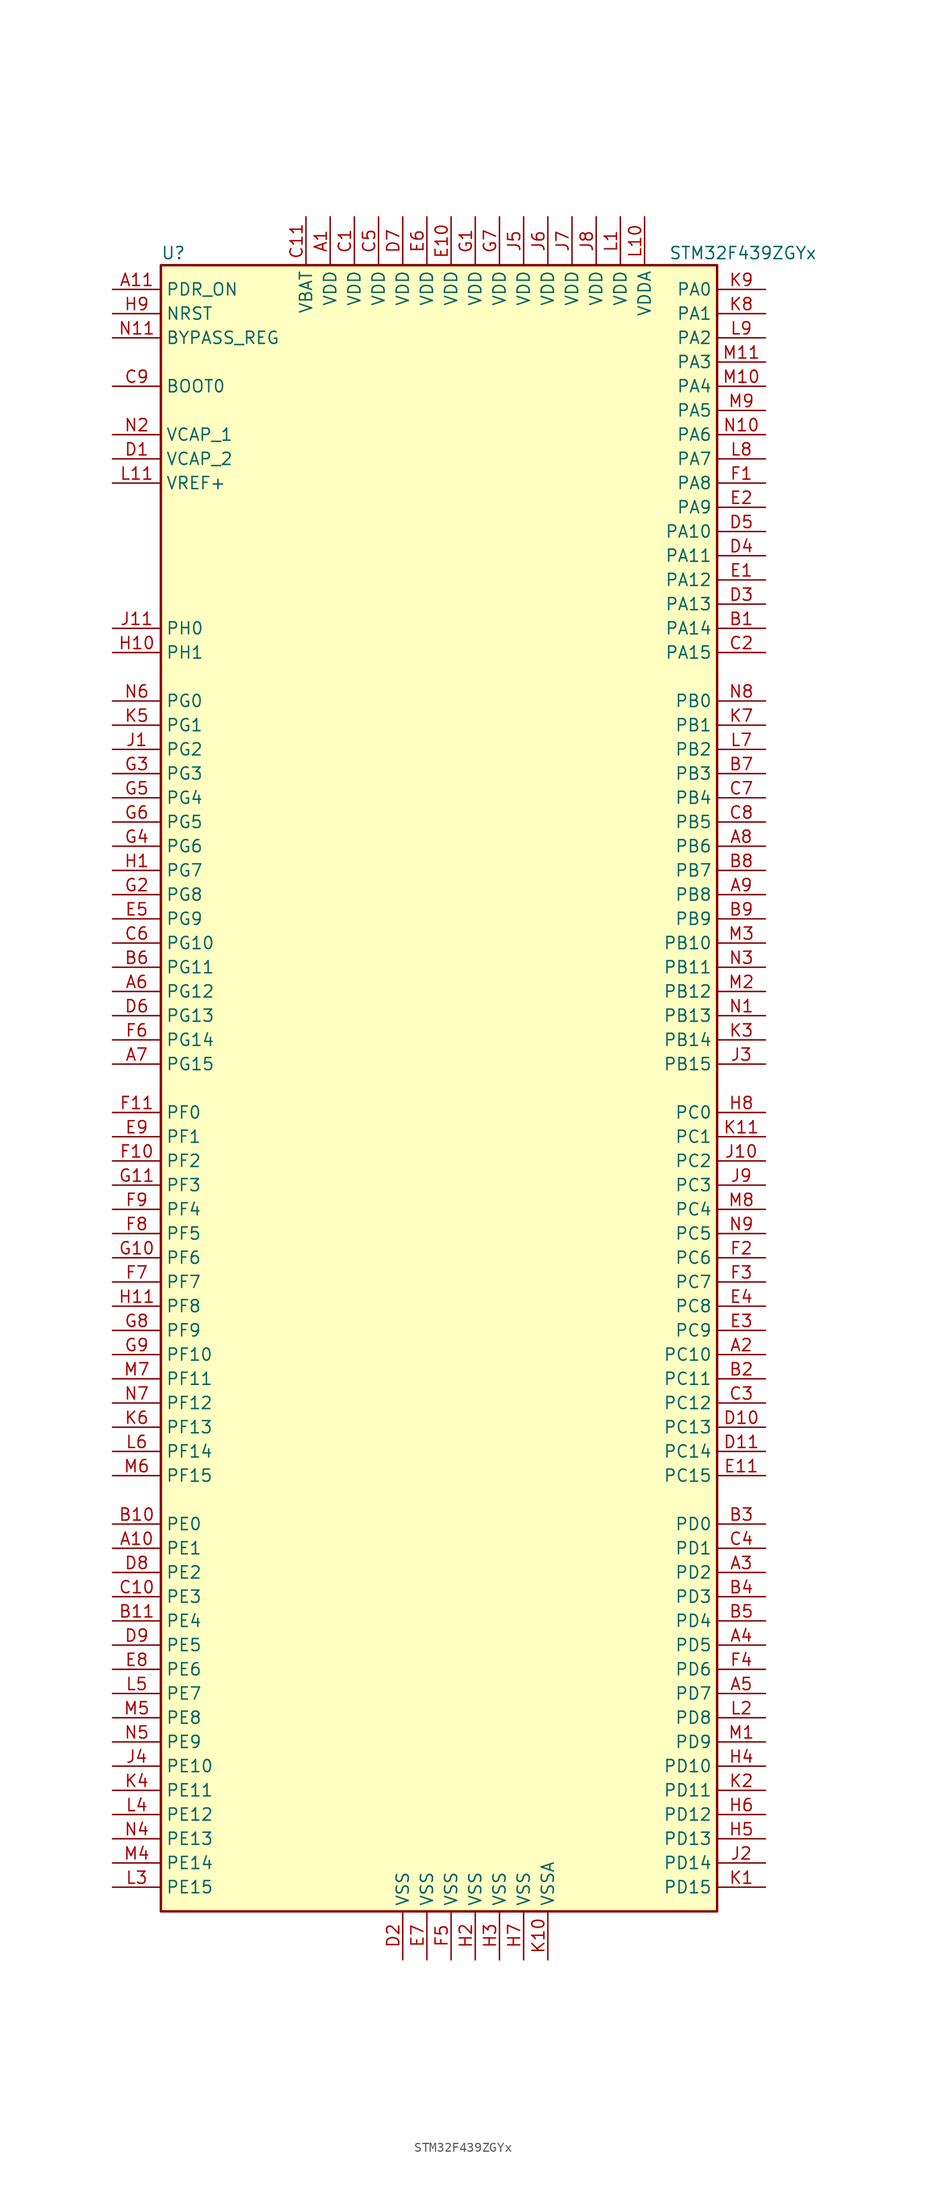
<source format=kicad_sym>
(kicad_symbol_lib
  (version 20211014)
  (generator kicad_symbol_editor)
  (symbol "STM32F439ZGYx"
    (property "Reference" "U"
      (at -30.48 87.63 0)
      (effects (font (size 1.27 1.27)) (justify left)))
    (property "Value" "STM32F439ZGYx"
      (at 22.86 87.63 0)
      (effects (font (size 1.27 1.27)) (justify left)))
    (symbol "STM32F439ZGYx_0_1"
      (rectangle (start -30.48 -86.36) (end 27.94 86.36) (stroke (width 0.254) (type default) (color 0 0 0 0)) (fill (type background))))
    (symbol "STM32F439ZGYx_1_1"
      (pin power_in line (at -12.7 91.44 270) (length 5.08) (name "VDD" (effects (font (size 1.27 1.27)))) (number "A1" (effects (font (size 1.27 1.27)))))
      (pin bidirectional line (at -35.56 -48.26 0) (length 5.08) (name "PE1" (effects (font (size 1.27 1.27)))) (number "A10" (effects (font (size 1.27 1.27)))))
      (pin input line (at -35.56 83.82 0) (length 5.08) (name "PDR_ON" (effects (font (size 1.27 1.27)))) (number "A11" (effects (font (size 1.27 1.27)))))
      (pin bidirectional line (at 33.02 -27.94 180) (length 5.08) (name "PC10" (effects (font (size 1.27 1.27)))) (number "A2" (effects (font (size 1.27 1.27)))))
      (pin bidirectional line (at 33.02 -50.8 180) (length 5.08) (name "PD2" (effects (font (size 1.27 1.27)))) (number "A3" (effects (font (size 1.27 1.27)))))
      (pin bidirectional line (at 33.02 -58.42 180) (length 5.08) (name "PD5" (effects (font (size 1.27 1.27)))) (number "A4" (effects (font (size 1.27 1.27)))))
      (pin bidirectional line (at 33.02 -63.5 180) (length 5.08) (name "PD7" (effects (font (size 1.27 1.27)))) (number "A5" (effects (font (size 1.27 1.27)))))
      (pin bidirectional line (at -35.56 10.16 0) (length 5.08) (name "PG12" (effects (font (size 1.27 1.27)))) (number "A6" (effects (font (size 1.27 1.27)))))
      (pin bidirectional line (at -35.56 2.54 0) (length 5.08) (name "PG15" (effects (font (size 1.27 1.27)))) (number "A7" (effects (font (size 1.27 1.27)))))
      (pin bidirectional line (at 33.02 25.4 180) (length 5.08) (name "PB6" (effects (font (size 1.27 1.27)))) (number "A8" (effects (font (size 1.27 1.27)))))
      (pin bidirectional line (at 33.02 20.32 180) (length 5.08) (name "PB8" (effects (font (size 1.27 1.27)))) (number "A9" (effects (font (size 1.27 1.27)))))
      (pin bidirectional line (at 33.02 48.26 180) (length 5.08) (name "PA14" (effects (font (size 1.27 1.27)))) (number "B1" (effects (font (size 1.27 1.27)))))
      (pin bidirectional line (at -35.56 -45.72 0) (length 5.08) (name "PE0" (effects (font (size 1.27 1.27)))) (number "B10" (effects (font (size 1.27 1.27)))))
      (pin bidirectional line (at -35.56 -55.88 0) (length 5.08) (name "PE4" (effects (font (size 1.27 1.27)))) (number "B11" (effects (font (size 1.27 1.27)))))
      (pin bidirectional line (at 33.02 -30.48 180) (length 5.08) (name "PC11" (effects (font (size 1.27 1.27)))) (number "B2" (effects (font (size 1.27 1.27)))))
      (pin bidirectional line (at 33.02 -45.72 180) (length 5.08) (name "PD0" (effects (font (size 1.27 1.27)))) (number "B3" (effects (font (size 1.27 1.27)))))
      (pin bidirectional line (at 33.02 -53.34 180) (length 5.08) (name "PD3" (effects (font (size 1.27 1.27)))) (number "B4" (effects (font (size 1.27 1.27)))))
      (pin bidirectional line (at 33.02 -55.88 180) (length 5.08) (name "PD4" (effects (font (size 1.27 1.27)))) (number "B5" (effects (font (size 1.27 1.27)))))
      (pin bidirectional line (at -35.56 12.7 0) (length 5.08) (name "PG11" (effects (font (size 1.27 1.27)))) (number "B6" (effects (font (size 1.27 1.27)))))
      (pin bidirectional line (at 33.02 33.02 180) (length 5.08) (name "PB3" (effects (font (size 1.27 1.27)))) (number "B7" (effects (font (size 1.27 1.27)))))
      (pin bidirectional line (at 33.02 22.86 180) (length 5.08) (name "PB7" (effects (font (size 1.27 1.27)))) (number "B8" (effects (font (size 1.27 1.27)))))
      (pin bidirectional line (at 33.02 17.78 180) (length 5.08) (name "PB9" (effects (font (size 1.27 1.27)))) (number "B9" (effects (font (size 1.27 1.27)))))
      (pin power_in line (at -10.16 91.44 270) (length 5.08) (name "VDD" (effects (font (size 1.27 1.27)))) (number "C1" (effects (font (size 1.27 1.27)))))
      (pin bidirectional line (at -35.56 -53.34 0) (length 5.08) (name "PE3" (effects (font (size 1.27 1.27)))) (number "C10" (effects (font (size 1.27 1.27)))))
      (pin power_in line (at -15.24 91.44 270) (length 5.08) (name "VBAT" (effects (font (size 1.27 1.27)))) (number "C11" (effects (font (size 1.27 1.27)))))
      (pin bidirectional line (at 33.02 45.72 180) (length 5.08) (name "PA15" (effects (font (size 1.27 1.27)))) (number "C2" (effects (font (size 1.27 1.27)))))
      (pin bidirectional line (at 33.02 -33.02 180) (length 5.08) (name "PC12" (effects (font (size 1.27 1.27)))) (number "C3" (effects (font (size 1.27 1.27)))))
      (pin bidirectional line (at 33.02 -48.26 180) (length 5.08) (name "PD1" (effects (font (size 1.27 1.27)))) (number "C4" (effects (font (size 1.27 1.27)))))
      (pin power_in line (at -7.62 91.44 270) (length 5.08) (name "VDD" (effects (font (size 1.27 1.27)))) (number "C5" (effects (font (size 1.27 1.27)))))
      (pin bidirectional line (at -35.56 15.24 0) (length 5.08) (name "PG10" (effects (font (size 1.27 1.27)))) (number "C6" (effects (font (size 1.27 1.27)))))
      (pin bidirectional line (at 33.02 30.48 180) (length 5.08) (name "PB4" (effects (font (size 1.27 1.27)))) (number "C7" (effects (font (size 1.27 1.27)))))
      (pin bidirectional line (at 33.02 27.94 180) (length 5.08) (name "PB5" (effects (font (size 1.27 1.27)))) (number "C8" (effects (font (size 1.27 1.27)))))
      (pin input line (at -35.56 73.66 0) (length 5.08) (name "BOOT0" (effects (font (size 1.27 1.27)))) (number "C9" (effects (font (size 1.27 1.27)))))
      (pin power_in line (at -35.56 66.04 0) (length 5.08) (name "VCAP_2" (effects (font (size 1.27 1.27)))) (number "D1" (effects (font (size 1.27 1.27)))))
      (pin bidirectional line (at 33.02 -35.56 180) (length 5.08) (name "PC13" (effects (font (size 1.27 1.27)))) (number "D10" (effects (font (size 1.27 1.27)))))
      (pin bidirectional line (at 33.02 -38.1 180) (length 5.08) (name "PC14" (effects (font (size 1.27 1.27)))) (number "D11" (effects (font (size 1.27 1.27)))))
      (pin power_in line (at -5.08 -91.44 90) (length 5.08) (name "VSS" (effects (font (size 1.27 1.27)))) (number "D2" (effects (font (size 1.27 1.27)))))
      (pin bidirectional line (at 33.02 50.8 180) (length 5.08) (name "PA13" (effects (font (size 1.27 1.27)))) (number "D3" (effects (font (size 1.27 1.27)))))
      (pin bidirectional line (at 33.02 55.88 180) (length 5.08) (name "PA11" (effects (font (size 1.27 1.27)))) (number "D4" (effects (font (size 1.27 1.27)))))
      (pin bidirectional line (at 33.02 58.42 180) (length 5.08) (name "PA10" (effects (font (size 1.27 1.27)))) (number "D5" (effects (font (size 1.27 1.27)))))
      (pin bidirectional line (at -35.56 7.62 0) (length 5.08) (name "PG13" (effects (font (size 1.27 1.27)))) (number "D6" (effects (font (size 1.27 1.27)))))
      (pin power_in line (at -5.08 91.44 270) (length 5.08) (name "VDD" (effects (font (size 1.27 1.27)))) (number "D7" (effects (font (size 1.27 1.27)))))
      (pin bidirectional line (at -35.56 -50.8 0) (length 5.08) (name "PE2" (effects (font (size 1.27 1.27)))) (number "D8" (effects (font (size 1.27 1.27)))))
      (pin bidirectional line (at -35.56 -58.42 0) (length 5.08) (name "PE5" (effects (font (size 1.27 1.27)))) (number "D9" (effects (font (size 1.27 1.27)))))
      (pin bidirectional line (at 33.02 53.34 180) (length 5.08) (name "PA12" (effects (font (size 1.27 1.27)))) (number "E1" (effects (font (size 1.27 1.27)))))
      (pin power_in line (at 0 91.44 270) (length 5.08) (name "VDD" (effects (font (size 1.27 1.27)))) (number "E10" (effects (font (size 1.27 1.27)))))
      (pin bidirectional line (at 33.02 -40.64 180) (length 5.08) (name "PC15" (effects (font (size 1.27 1.27)))) (number "E11" (effects (font (size 1.27 1.27)))))
      (pin bidirectional line (at 33.02 60.96 180) (length 5.08) (name "PA9" (effects (font (size 1.27 1.27)))) (number "E2" (effects (font (size 1.27 1.27)))))
      (pin bidirectional line (at 33.02 -25.4 180) (length 5.08) (name "PC9" (effects (font (size 1.27 1.27)))) (number "E3" (effects (font (size 1.27 1.27)))))
      (pin bidirectional line (at 33.02 -22.86 180) (length 5.08) (name "PC8" (effects (font (size 1.27 1.27)))) (number "E4" (effects (font (size 1.27 1.27)))))
      (pin bidirectional line (at -35.56 17.78 0) (length 5.08) (name "PG9" (effects (font (size 1.27 1.27)))) (number "E5" (effects (font (size 1.27 1.27)))))
      (pin power_in line (at -2.54 91.44 270) (length 5.08) (name "VDD" (effects (font (size 1.27 1.27)))) (number "E6" (effects (font (size 1.27 1.27)))))
      (pin power_in line (at -2.54 -91.44 90) (length 5.08) (name "VSS" (effects (font (size 1.27 1.27)))) (number "E7" (effects (font (size 1.27 1.27)))))
      (pin bidirectional line (at -35.56 -60.96 0) (length 5.08) (name "PE6" (effects (font (size 1.27 1.27)))) (number "E8" (effects (font (size 1.27 1.27)))))
      (pin bidirectional line (at -35.56 -5.08 0) (length 5.08) (name "PF1" (effects (font (size 1.27 1.27)))) (number "E9" (effects (font (size 1.27 1.27)))))
      (pin bidirectional line (at 33.02 63.5 180) (length 5.08) (name "PA8" (effects (font (size 1.27 1.27)))) (number "F1" (effects (font (size 1.27 1.27)))))
      (pin bidirectional line (at -35.56 -7.62 0) (length 5.08) (name "PF2" (effects (font (size 1.27 1.27)))) (number "F10" (effects (font (size 1.27 1.27)))))
      (pin bidirectional line (at -35.56 -2.54 0) (length 5.08) (name "PF0" (effects (font (size 1.27 1.27)))) (number "F11" (effects (font (size 1.27 1.27)))))
      (pin bidirectional line (at 33.02 -17.78 180) (length 5.08) (name "PC6" (effects (font (size 1.27 1.27)))) (number "F2" (effects (font (size 1.27 1.27)))))
      (pin bidirectional line (at 33.02 -20.32 180) (length 5.08) (name "PC7" (effects (font (size 1.27 1.27)))) (number "F3" (effects (font (size 1.27 1.27)))))
      (pin bidirectional line (at 33.02 -60.96 180) (length 5.08) (name "PD6" (effects (font (size 1.27 1.27)))) (number "F4" (effects (font (size 1.27 1.27)))))
      (pin power_in line (at 0 -91.44 90) (length 5.08) (name "VSS" (effects (font (size 1.27 1.27)))) (number "F5" (effects (font (size 1.27 1.27)))))
      (pin bidirectional line (at -35.56 5.08 0) (length 5.08) (name "PG14" (effects (font (size 1.27 1.27)))) (number "F6" (effects (font (size 1.27 1.27)))))
      (pin bidirectional line (at -35.56 -20.32 0) (length 5.08) (name "PF7" (effects (font (size 1.27 1.27)))) (number "F7" (effects (font (size 1.27 1.27)))))
      (pin bidirectional line (at -35.56 -15.24 0) (length 5.08) (name "PF5" (effects (font (size 1.27 1.27)))) (number "F8" (effects (font (size 1.27 1.27)))))
      (pin bidirectional line (at -35.56 -12.7 0) (length 5.08) (name "PF4" (effects (font (size 1.27 1.27)))) (number "F9" (effects (font (size 1.27 1.27)))))
      (pin power_in line (at 2.54 91.44 270) (length 5.08) (name "VDD" (effects (font (size 1.27 1.27)))) (number "G1" (effects (font (size 1.27 1.27)))))
      (pin bidirectional line (at -35.56 -17.78 0) (length 5.08) (name "PF6" (effects (font (size 1.27 1.27)))) (number "G10" (effects (font (size 1.27 1.27)))))
      (pin bidirectional line (at -35.56 -10.16 0) (length 5.08) (name "PF3" (effects (font (size 1.27 1.27)))) (number "G11" (effects (font (size 1.27 1.27)))))
      (pin bidirectional line (at -35.56 20.32 0) (length 5.08) (name "PG8" (effects (font (size 1.27 1.27)))) (number "G2" (effects (font (size 1.27 1.27)))))
      (pin bidirectional line (at -35.56 33.02 0) (length 5.08) (name "PG3" (effects (font (size 1.27 1.27)))) (number "G3" (effects (font (size 1.27 1.27)))))
      (pin bidirectional line (at -35.56 25.4 0) (length 5.08) (name "PG6" (effects (font (size 1.27 1.27)))) (number "G4" (effects (font (size 1.27 1.27)))))
      (pin bidirectional line (at -35.56 30.48 0) (length 5.08) (name "PG4" (effects (font (size 1.27 1.27)))) (number "G5" (effects (font (size 1.27 1.27)))))
      (pin bidirectional line (at -35.56 27.94 0) (length 5.08) (name "PG5" (effects (font (size 1.27 1.27)))) (number "G6" (effects (font (size 1.27 1.27)))))
      (pin power_in line (at 5.08 91.44 270) (length 5.08) (name "VDD" (effects (font (size 1.27 1.27)))) (number "G7" (effects (font (size 1.27 1.27)))))
      (pin bidirectional line (at -35.56 -25.4 0) (length 5.08) (name "PF9" (effects (font (size 1.27 1.27)))) (number "G8" (effects (font (size 1.27 1.27)))))
      (pin bidirectional line (at -35.56 -27.94 0) (length 5.08) (name "PF10" (effects (font (size 1.27 1.27)))) (number "G9" (effects (font (size 1.27 1.27)))))
      (pin bidirectional line (at -35.56 22.86 0) (length 5.08) (name "PG7" (effects (font (size 1.27 1.27)))) (number "H1" (effects (font (size 1.27 1.27)))))
      (pin input line (at -35.56 45.72 0) (length 5.08) (name "PH1" (effects (font (size 1.27 1.27)))) (number "H10" (effects (font (size 1.27 1.27)))))
      (pin bidirectional line (at -35.56 -22.86 0) (length 5.08) (name "PF8" (effects (font (size 1.27 1.27)))) (number "H11" (effects (font (size 1.27 1.27)))))
      (pin power_in line (at 2.54 -91.44 90) (length 5.08) (name "VSS" (effects (font (size 1.27 1.27)))) (number "H2" (effects (font (size 1.27 1.27)))))
      (pin power_in line (at 5.08 -91.44 90) (length 5.08) (name "VSS" (effects (font (size 1.27 1.27)))) (number "H3" (effects (font (size 1.27 1.27)))))
      (pin bidirectional line (at 33.02 -71.12 180) (length 5.08) (name "PD10" (effects (font (size 1.27 1.27)))) (number "H4" (effects (font (size 1.27 1.27)))))
      (pin bidirectional line (at 33.02 -78.74 180) (length 5.08) (name "PD13" (effects (font (size 1.27 1.27)))) (number "H5" (effects (font (size 1.27 1.27)))))
      (pin bidirectional line (at 33.02 -76.2 180) (length 5.08) (name "PD12" (effects (font (size 1.27 1.27)))) (number "H6" (effects (font (size 1.27 1.27)))))
      (pin power_in line (at 7.62 -91.44 90) (length 5.08) (name "VSS" (effects (font (size 1.27 1.27)))) (number "H7" (effects (font (size 1.27 1.27)))))
      (pin bidirectional line (at 33.02 -2.54 180) (length 5.08) (name "PC0" (effects (font (size 1.27 1.27)))) (number "H8" (effects (font (size 1.27 1.27)))))
      (pin input line (at -35.56 81.28 0) (length 5.08) (name "NRST" (effects (font (size 1.27 1.27)))) (number "H9" (effects (font (size 1.27 1.27)))))
      (pin bidirectional line (at -35.56 35.56 0) (length 5.08) (name "PG2" (effects (font (size 1.27 1.27)))) (number "J1" (effects (font (size 1.27 1.27)))))
      (pin bidirectional line (at 33.02 -7.62 180) (length 5.08) (name "PC2" (effects (font (size 1.27 1.27)))) (number "J10" (effects (font (size 1.27 1.27)))))
      (pin input line (at -35.56 48.26 0) (length 5.08) (name "PH0" (effects (font (size 1.27 1.27)))) (number "J11" (effects (font (size 1.27 1.27)))))
      (pin bidirectional line (at 33.02 -81.28 180) (length 5.08) (name "PD14" (effects (font (size 1.27 1.27)))) (number "J2" (effects (font (size 1.27 1.27)))))
      (pin bidirectional line (at 33.02 2.54 180) (length 5.08) (name "PB15" (effects (font (size 1.27 1.27)))) (number "J3" (effects (font (size 1.27 1.27)))))
      (pin bidirectional line (at -35.56 -71.12 0) (length 5.08) (name "PE10" (effects (font (size 1.27 1.27)))) (number "J4" (effects (font (size 1.27 1.27)))))
      (pin power_in line (at 7.62 91.44 270) (length 5.08) (name "VDD" (effects (font (size 1.27 1.27)))) (number "J5" (effects (font (size 1.27 1.27)))))
      (pin power_in line (at 10.16 91.44 270) (length 5.08) (name "VDD" (effects (font (size 1.27 1.27)))) (number "J6" (effects (font (size 1.27 1.27)))))
      (pin power_in line (at 12.7 91.44 270) (length 5.08) (name "VDD" (effects (font (size 1.27 1.27)))) (number "J7" (effects (font (size 1.27 1.27)))))
      (pin power_in line (at 15.24 91.44 270) (length 5.08) (name "VDD" (effects (font (size 1.27 1.27)))) (number "J8" (effects (font (size 1.27 1.27)))))
      (pin bidirectional line (at 33.02 -10.16 180) (length 5.08) (name "PC3" (effects (font (size 1.27 1.27)))) (number "J9" (effects (font (size 1.27 1.27)))))
      (pin bidirectional line (at 33.02 -83.82 180) (length 5.08) (name "PD15" (effects (font (size 1.27 1.27)))) (number "K1" (effects (font (size 1.27 1.27)))))
      (pin power_in line (at 10.16 -91.44 90) (length 5.08) (name "VSSA" (effects (font (size 1.27 1.27)))) (number "K10" (effects (font (size 1.27 1.27)))))
      (pin bidirectional line (at 33.02 -5.08 180) (length 5.08) (name "PC1" (effects (font (size 1.27 1.27)))) (number "K11" (effects (font (size 1.27 1.27)))))
      (pin bidirectional line (at 33.02 -73.66 180) (length 5.08) (name "PD11" (effects (font (size 1.27 1.27)))) (number "K2" (effects (font (size 1.27 1.27)))))
      (pin bidirectional line (at 33.02 5.08 180) (length 5.08) (name "PB14" (effects (font (size 1.27 1.27)))) (number "K3" (effects (font (size 1.27 1.27)))))
      (pin bidirectional line (at -35.56 -73.66 0) (length 5.08) (name "PE11" (effects (font (size 1.27 1.27)))) (number "K4" (effects (font (size 1.27 1.27)))))
      (pin bidirectional line (at -35.56 38.1 0) (length 5.08) (name "PG1" (effects (font (size 1.27 1.27)))) (number "K5" (effects (font (size 1.27 1.27)))))
      (pin bidirectional line (at -35.56 -35.56 0) (length 5.08) (name "PF13" (effects (font (size 1.27 1.27)))) (number "K6" (effects (font (size 1.27 1.27)))))
      (pin bidirectional line (at 33.02 38.1 180) (length 5.08) (name "PB1" (effects (font (size 1.27 1.27)))) (number "K7" (effects (font (size 1.27 1.27)))))
      (pin bidirectional line (at 33.02 81.28 180) (length 5.08) (name "PA1" (effects (font (size 1.27 1.27)))) (number "K8" (effects (font (size 1.27 1.27)))))
      (pin bidirectional line (at 33.02 83.82 180) (length 5.08) (name "PA0" (effects (font (size 1.27 1.27)))) (number "K9" (effects (font (size 1.27 1.27)))))
      (pin power_in line (at 17.78 91.44 270) (length 5.08) (name "VDD" (effects (font (size 1.27 1.27)))) (number "L1" (effects (font (size 1.27 1.27)))))
      (pin power_in line (at 20.32 91.44 270) (length 5.08) (name "VDDA" (effects (font (size 1.27 1.27)))) (number "L10" (effects (font (size 1.27 1.27)))))
      (pin power_in line (at -35.56 63.5 0) (length 5.08) (name "VREF+" (effects (font (size 1.27 1.27)))) (number "L11" (effects (font (size 1.27 1.27)))))
      (pin bidirectional line (at 33.02 -66.04 180) (length 5.08) (name "PD8" (effects (font (size 1.27 1.27)))) (number "L2" (effects (font (size 1.27 1.27)))))
      (pin bidirectional line (at -35.56 -83.82 0) (length 5.08) (name "PE15" (effects (font (size 1.27 1.27)))) (number "L3" (effects (font (size 1.27 1.27)))))
      (pin bidirectional line (at -35.56 -76.2 0) (length 5.08) (name "PE12" (effects (font (size 1.27 1.27)))) (number "L4" (effects (font (size 1.27 1.27)))))
      (pin bidirectional line (at -35.56 -63.5 0) (length 5.08) (name "PE7" (effects (font (size 1.27 1.27)))) (number "L5" (effects (font (size 1.27 1.27)))))
      (pin bidirectional line (at -35.56 -38.1 0) (length 5.08) (name "PF14" (effects (font (size 1.27 1.27)))) (number "L6" (effects (font (size 1.27 1.27)))))
      (pin bidirectional line (at 33.02 35.56 180) (length 5.08) (name "PB2" (effects (font (size 1.27 1.27)))) (number "L7" (effects (font (size 1.27 1.27)))))
      (pin bidirectional line (at 33.02 66.04 180) (length 5.08) (name "PA7" (effects (font (size 1.27 1.27)))) (number "L8" (effects (font (size 1.27 1.27)))))
      (pin bidirectional line (at 33.02 78.74 180) (length 5.08) (name "PA2" (effects (font (size 1.27 1.27)))) (number "L9" (effects (font (size 1.27 1.27)))))
      (pin bidirectional line (at 33.02 -68.58 180) (length 5.08) (name "PD9" (effects (font (size 1.27 1.27)))) (number "M1" (effects (font (size 1.27 1.27)))))
      (pin bidirectional line (at 33.02 73.66 180) (length 5.08) (name "PA4" (effects (font (size 1.27 1.27)))) (number "M10" (effects (font (size 1.27 1.27)))))
      (pin bidirectional line (at 33.02 76.2 180) (length 5.08) (name "PA3" (effects (font (size 1.27 1.27)))) (number "M11" (effects (font (size 1.27 1.27)))))
      (pin bidirectional line (at 33.02 10.16 180) (length 5.08) (name "PB12" (effects (font (size 1.27 1.27)))) (number "M2" (effects (font (size 1.27 1.27)))))
      (pin bidirectional line (at 33.02 15.24 180) (length 5.08) (name "PB10" (effects (font (size 1.27 1.27)))) (number "M3" (effects (font (size 1.27 1.27)))))
      (pin bidirectional line (at -35.56 -81.28 0) (length 5.08) (name "PE14" (effects (font (size 1.27 1.27)))) (number "M4" (effects (font (size 1.27 1.27)))))
      (pin bidirectional line (at -35.56 -66.04 0) (length 5.08) (name "PE8" (effects (font (size 1.27 1.27)))) (number "M5" (effects (font (size 1.27 1.27)))))
      (pin bidirectional line (at -35.56 -40.64 0) (length 5.08) (name "PF15" (effects (font (size 1.27 1.27)))) (number "M6" (effects (font (size 1.27 1.27)))))
      (pin bidirectional line (at -35.56 -30.48 0) (length 5.08) (name "PF11" (effects (font (size 1.27 1.27)))) (number "M7" (effects (font (size 1.27 1.27)))))
      (pin bidirectional line (at 33.02 -12.7 180) (length 5.08) (name "PC4" (effects (font (size 1.27 1.27)))) (number "M8" (effects (font (size 1.27 1.27)))))
      (pin bidirectional line (at 33.02 71.12 180) (length 5.08) (name "PA5" (effects (font (size 1.27 1.27)))) (number "M9" (effects (font (size 1.27 1.27)))))
      (pin bidirectional line (at 33.02 7.62 180) (length 5.08) (name "PB13" (effects (font (size 1.27 1.27)))) (number "N1" (effects (font (size 1.27 1.27)))))
      (pin bidirectional line (at 33.02 68.58 180) (length 5.08) (name "PA6" (effects (font (size 1.27 1.27)))) (number "N10" (effects (font (size 1.27 1.27)))))
      (pin input line (at -35.56 78.74 0) (length 5.08) (name "BYPASS_REG" (effects (font (size 1.27 1.27)))) (number "N11" (effects (font (size 1.27 1.27)))))
      (pin power_in line (at -35.56 68.58 0) (length 5.08) (name "VCAP_1" (effects (font (size 1.27 1.27)))) (number "N2" (effects (font (size 1.27 1.27)))))
      (pin bidirectional line (at 33.02 12.7 180) (length 5.08) (name "PB11" (effects (font (size 1.27 1.27)))) (number "N3" (effects (font (size 1.27 1.27)))))
      (pin bidirectional line (at -35.56 -78.74 0) (length 5.08) (name "PE13" (effects (font (size 1.27 1.27)))) (number "N4" (effects (font (size 1.27 1.27)))))
      (pin bidirectional line (at -35.56 -68.58 0) (length 5.08) (name "PE9" (effects (font (size 1.27 1.27)))) (number "N5" (effects (font (size 1.27 1.27)))))
      (pin bidirectional line (at -35.56 40.64 0) (length 5.08) (name "PG0" (effects (font (size 1.27 1.27)))) (number "N6" (effects (font (size 1.27 1.27)))))
      (pin bidirectional line (at -35.56 -33.02 0) (length 5.08) (name "PF12" (effects (font (size 1.27 1.27)))) (number "N7" (effects (font (size 1.27 1.27)))))
      (pin bidirectional line (at 33.02 40.64 180) (length 5.08) (name "PB0" (effects (font (size 1.27 1.27)))) (number "N8" (effects (font (size 1.27 1.27)))))
      (pin bidirectional line (at 33.02 -15.24 180) (length 5.08) (name "PC5" (effects (font (size 1.27 1.27)))) (number "N9" (effects (font (size 1.27 1.27))))))))
</source>
